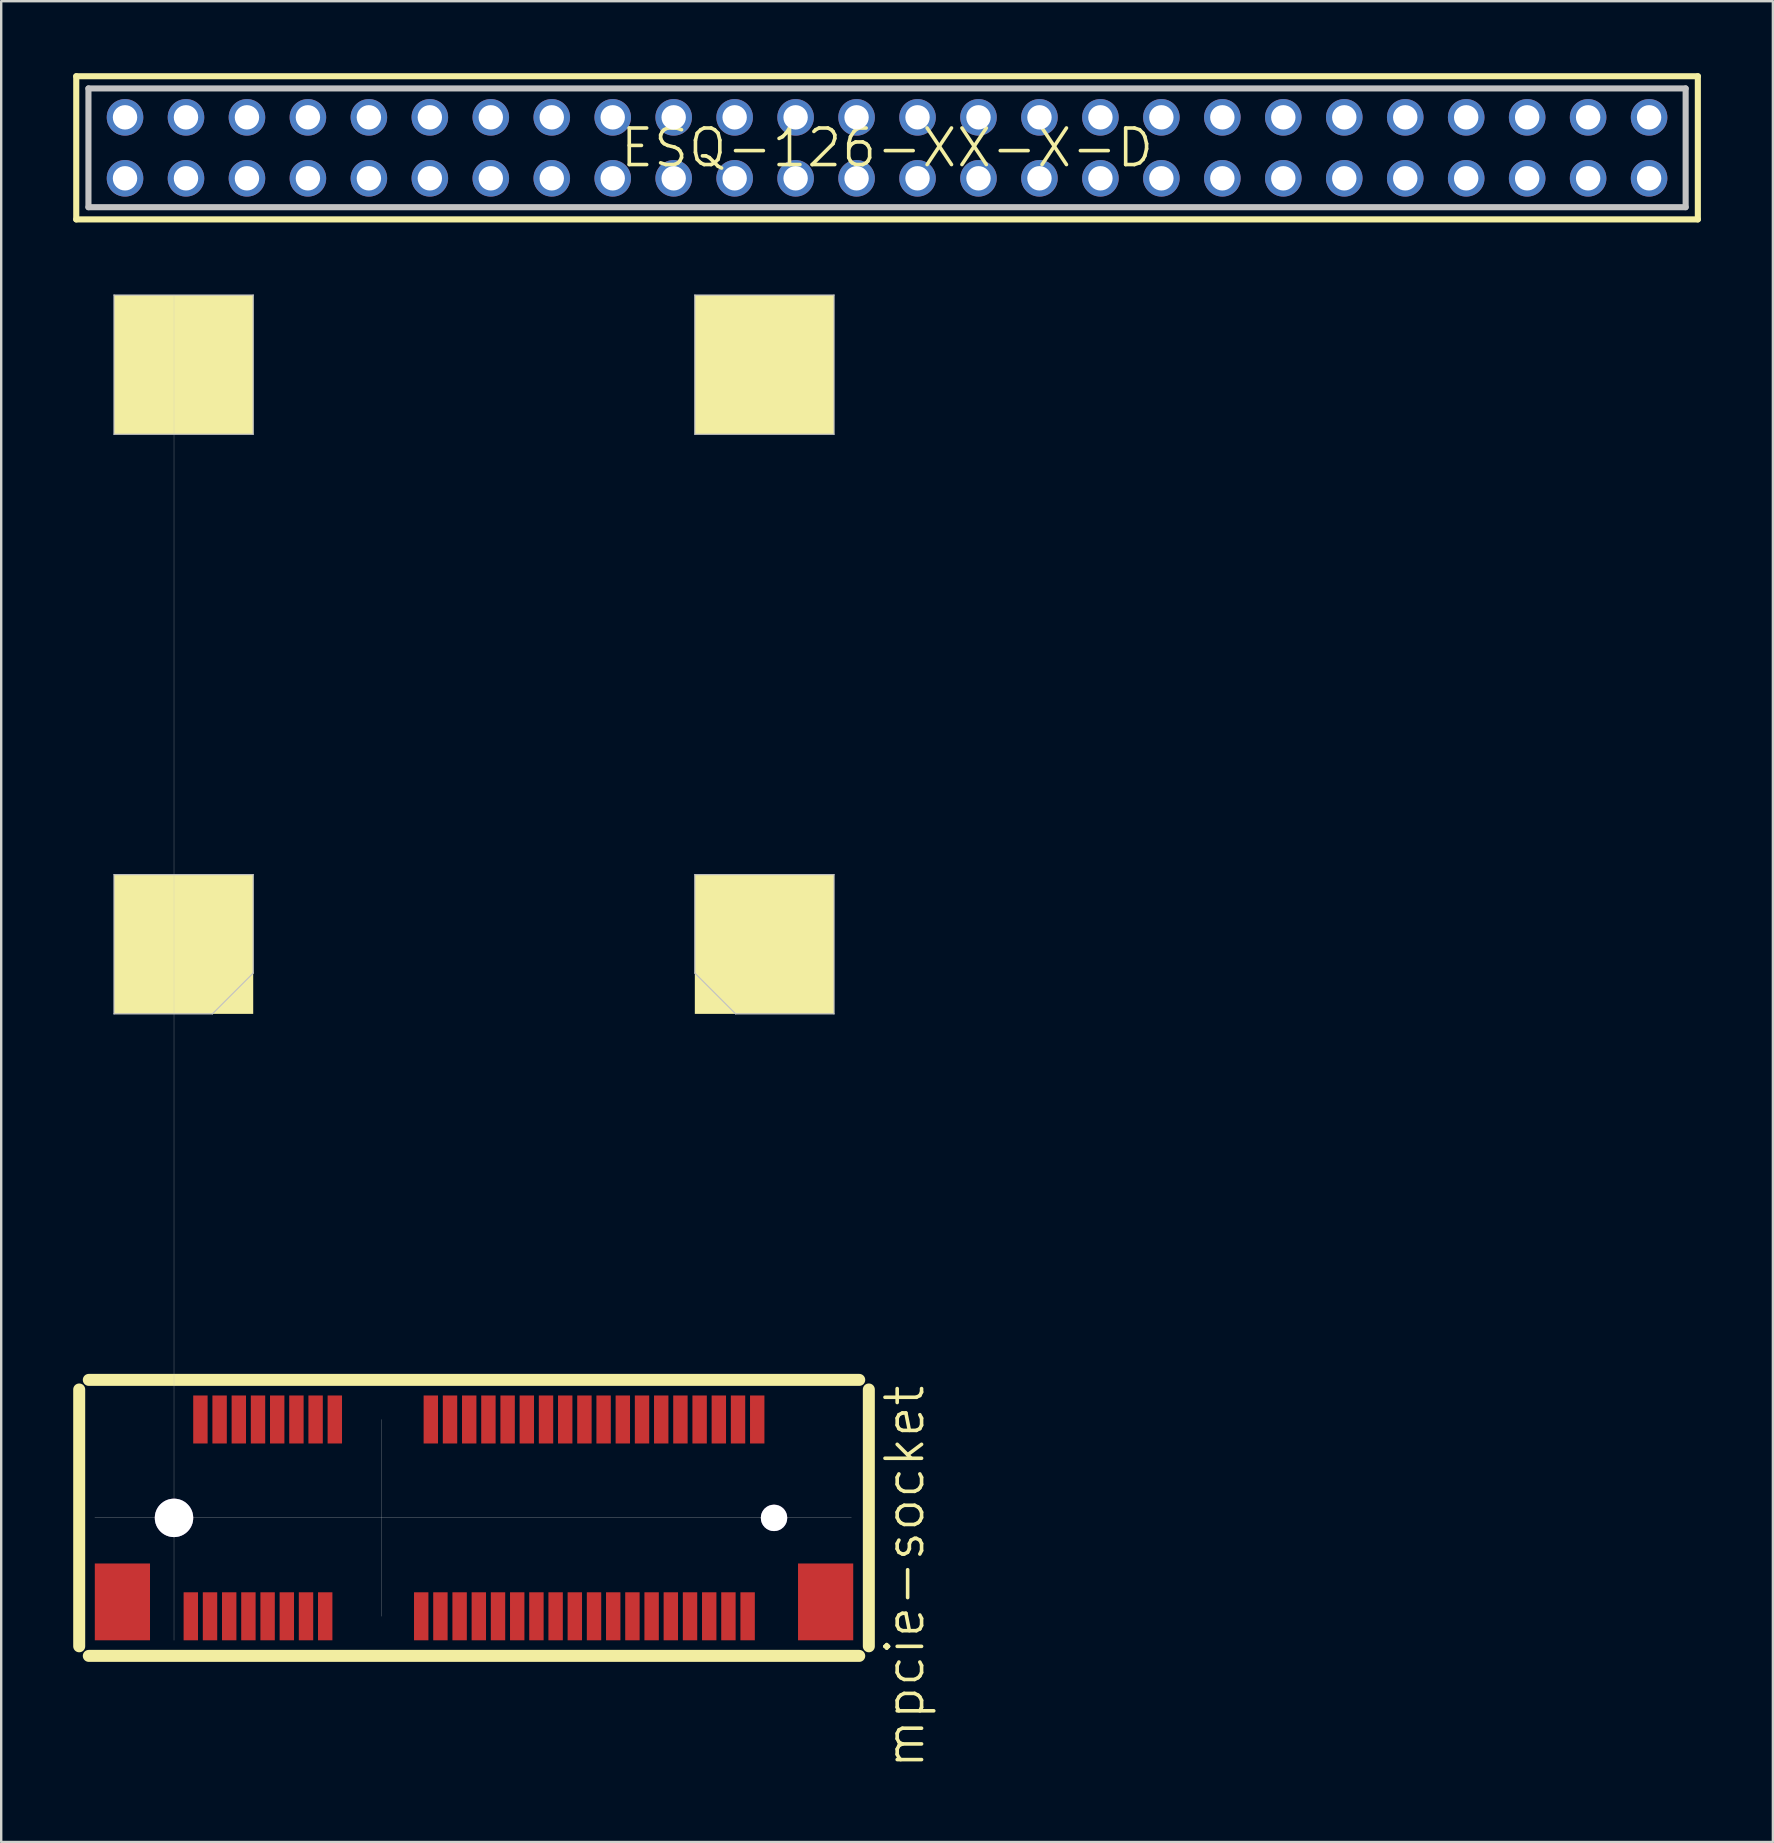
<source format=kicad_pcb>
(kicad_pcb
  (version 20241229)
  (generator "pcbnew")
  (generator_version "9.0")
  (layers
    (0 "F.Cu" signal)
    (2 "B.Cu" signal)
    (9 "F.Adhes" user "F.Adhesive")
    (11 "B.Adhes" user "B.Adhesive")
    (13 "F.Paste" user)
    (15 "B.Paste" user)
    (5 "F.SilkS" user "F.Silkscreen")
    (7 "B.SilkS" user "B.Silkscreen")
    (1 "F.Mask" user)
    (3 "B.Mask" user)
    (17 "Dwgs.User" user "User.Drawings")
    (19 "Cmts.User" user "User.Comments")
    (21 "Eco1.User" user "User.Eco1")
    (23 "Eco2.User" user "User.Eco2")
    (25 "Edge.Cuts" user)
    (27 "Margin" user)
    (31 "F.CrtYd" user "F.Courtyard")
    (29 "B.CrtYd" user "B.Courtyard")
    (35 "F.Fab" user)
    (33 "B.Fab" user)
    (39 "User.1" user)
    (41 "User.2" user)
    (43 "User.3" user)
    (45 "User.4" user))
  (footprint "mpcie-socket"
    (layer "F.Cu")
    (at 4.2 60.193)
    (property "Reference" "mpcie-socket" (at 30.45 2.45 90) (layer "F.SilkS") (effects (font (size 1.524 1.524) (thickness 0.15))))
    (attr through_hole)
    (fp_line (start -3.95 -5.35) (end -3.95 5.35) (stroke (width 0.5) (type solid)) (layer "F.SilkS"))
    (fp_line (start -3.55 5.75) (end 28.55 5.75) (stroke (width 0.5) (type solid)) (layer "F.SilkS"))
    (fp_line (start 28.55 -5.75) (end -3.55 -5.75) (stroke (width 0.5) (type solid)) (layer "F.SilkS"))
    (fp_line (start 28.95 5.35) (end 28.95 -5.35) (stroke (width 0.5) (type solid)) (layer "F.SilkS"))
    (fp_line (start -3.3 0) (end 28.225 0) (stroke (width 0.01) (type solid)) (layer "Dwgs.User"))
    (fp_line (start -2.5 -50.95) (end -2.5 -45.15) (stroke (width 0.05) (type solid)) (layer "Dwgs.User"))
    (fp_line (start -2.5 -50.95) (end 3.3 -50.95) (stroke (width 0.05) (type solid)) (layer "Dwgs.User"))
    (fp_line (start -2.5 -45.15) (end 3.3 -45.15) (stroke (width 0.05) (type solid)) (layer "Dwgs.User"))
    (fp_line (start -2.5 -26.8) (end -2.5 -21) (stroke (width 0.05) (type solid)) (layer "Dwgs.User"))
    (fp_line (start -2.5 -21) (end 1.6 -21) (stroke (width 0.05) (type solid)) (layer "Dwgs.User"))
    (fp_line (start 0 -50.95) (end 0 5.1) (stroke (width 0.01) (type solid)) (layer "Dwgs.User"))
    (fp_line (start 3.3 -50.95) (end 3.3 -45.15) (stroke (width 0.05) (type solid)) (layer "Dwgs.User"))
    (fp_line (start 3.3 -26.8) (end -2.5 -26.8) (stroke (width 0.05) (type solid)) (layer "Dwgs.User"))
    (fp_line (start 3.3 -22.7) (end 1.6 -21) (stroke (width 0.05) (type solid)) (layer "Dwgs.User"))
    (fp_line (start 3.3 -22.7) (end 3.3 -26.8) (stroke (width 0.05) (type solid)) (layer "Dwgs.User"))
    (fp_line (start 8.65 4.1) (end 8.65 -4.1) (stroke (width 0.01) (type solid)) (layer "Dwgs.User"))
    (fp_line (start 21.7 -50.95) (end 21.7 -45.15) (stroke (width 0.05) (type solid)) (layer "Dwgs.User"))
    (fp_line (start 21.7 -50.95) (end 27.5 -50.95) (stroke (width 0.05) (type solid)) (layer "Dwgs.User"))
    (fp_line (start 21.7 -45.15) (end 27.5 -45.15) (stroke (width 0.05) (type solid)) (layer "Dwgs.User"))
    (fp_line (start 21.7 -26.8) (end 27.5 -26.8) (stroke (width 0.05) (type solid)) (layer "Dwgs.User"))
    (fp_line (start 21.7 -22.7) (end 21.7 -26.8) (stroke (width 0.05) (type solid)) (layer "Dwgs.User"))
    (fp_line (start 21.7 -22.7) (end 23.4 -21) (stroke (width 0.05) (type solid)) (layer "Dwgs.User"))
    (fp_line (start 27.5 -50.95) (end 27.5 -45.15) (stroke (width 0.05) (type solid)) (layer "Dwgs.User"))
    (fp_line (start 27.5 -26.8) (end 27.5 -21) (stroke (width 0.05) (type solid)) (layer "Dwgs.User"))
    (fp_line (start 27.5 -21) (end 23.4 -21) (stroke (width 0.05) (type solid)) (layer "Dwgs.User"))
    (pad "" smd rect (at -2.15 3.5) (size 2.3 3.2) (layers "F.Cu" "F.Mask" "F.Paste"))
    (pad "" thru_hole circle (at 0 0) (size 1.6 1.6) (drill 1.6) (layers "*.Cu" "*.Mask"))
    (pad "" connect rect (at 0.4 -48.05) (size 5.8 5.8) (layers "F.SilkS"))
    (pad "" connect rect (at 0.4 -23.9) (size 5.8 5.8) (layers "F.SilkS"))
    (pad "" connect rect (at 24.6 -48.05) (size 5.8 5.8) (layers "F.SilkS"))
    (pad "" connect rect (at 24.6 -23.9) (size 5.8 5.8) (layers "F.SilkS"))
    (pad "" thru_hole circle (at 25 0) (size 1.1 1.1) (drill 1.1) (layers "*.Cu" "*.Mask"))
    (pad "" smd rect (at 27.15 3.5) (size 2.3 3.2) (layers "F.Cu" "F.Mask" "F.Paste"))
    (pad "1" smd rect (at 0.7 4.1) (size 0.6 2) (layers "F.Cu" "F.Mask" "F.Paste"))
    (pad "2" smd rect (at 1.1 -4.1) (size 0.6 2) (layers "F.Cu" "F.Mask" "F.Paste"))
    (pad "3" smd rect (at 1.5 4.1) (size 0.6 2) (layers "F.Cu" "F.Mask" "F.Paste"))
    (pad "4" smd rect (at 1.9 -4.1) (size 0.6 2) (layers "F.Cu" "F.Mask" "F.Paste"))
    (pad "5" smd rect (at 2.3 4.1) (size 0.6 2) (layers "F.Cu" "F.Mask" "F.Paste"))
    (pad "6" smd rect (at 2.7 -4.1) (size 0.6 2) (layers "F.Cu" "F.Mask" "F.Paste"))
    (pad "7" smd rect (at 3.1 4.1) (size 0.6 2) (layers "F.Cu" "F.Mask" "F.Paste"))
    (pad "8" smd rect (at 3.5 -4.1) (size 0.6 2) (layers "F.Cu" "F.Mask" "F.Paste"))
    (pad "9" smd rect (at 3.9 4.1) (size 0.6 2) (layers "F.Cu" "F.Mask" "F.Paste"))
    (pad "10" smd rect (at 4.3 -4.1) (size 0.6 2) (layers "F.Cu" "F.Mask" "F.Paste"))
    (pad "11" smd rect (at 4.7 4.1) (size 0.6 2) (layers "F.Cu" "F.Mask" "F.Paste"))
    (pad "12" smd rect (at 5.1 -4.1) (size 0.6 2) (layers "F.Cu" "F.Mask" "F.Paste"))
    (pad "13" smd rect (at 5.5 4.1) (size 0.6 2) (layers "F.Cu" "F.Mask" "F.Paste"))
    (pad "14" smd rect (at 5.9 -4.1) (size 0.6 2) (layers "F.Cu" "F.Mask" "F.Paste"))
    (pad "15" smd rect (at 6.3 4.1) (size 0.6 2) (layers "F.Cu" "F.Mask" "F.Paste"))
    (pad "16" smd rect (at 6.7 -4.1) (size 0.6 2) (layers "F.Cu" "F.Mask" "F.Paste"))
    (pad "17" smd rect (at 10.3 4.1) (size 0.6 2) (layers "F.Cu" "F.Mask" "F.Paste"))
    (pad "18" smd rect (at 10.7 -4.1) (size 0.6 2) (layers "F.Cu" "F.Mask" "F.Paste"))
    (pad "19" smd rect (at 11.1 4.1) (size 0.6 2) (layers "F.Cu" "F.Mask" "F.Paste"))
    (pad "20" smd rect (at 11.5 -4.1) (size 0.6 2) (layers "F.Cu" "F.Mask" "F.Paste"))
    (pad "21" smd rect (at 11.9 4.1) (size 0.6 2) (layers "F.Cu" "F.Mask" "F.Paste"))
    (pad "22" smd rect (at 12.3 -4.1) (size 0.6 2) (layers "F.Cu" "F.Mask" "F.Paste"))
    (pad "23" smd rect (at 12.7 4.1) (size 0.6 2) (layers "F.Cu" "F.Mask" "F.Paste"))
    (pad "24" smd rect (at 13.1 -4.1) (size 0.6 2) (layers "F.Cu" "F.Mask" "F.Paste"))
    (pad "25" smd rect (at 13.5 4.1) (size 0.6 2) (layers "F.Cu" "F.Mask" "F.Paste"))
    (pad "26" smd rect (at 13.9 -4.1) (size 0.6 2) (layers "F.Cu" "F.Mask" "F.Paste"))
    (pad "27" smd rect (at 14.3 4.1) (size 0.6 2) (layers "F.Cu" "F.Mask" "F.Paste"))
    (pad "28" smd rect (at 14.7 -4.1) (size 0.6 2) (layers "F.Cu" "F.Mask" "F.Paste"))
    (pad "29" smd rect (at 15.1 4.1) (size 0.6 2) (layers "F.Cu" "F.Mask" "F.Paste"))
    (pad "30" smd rect (at 15.5 -4.1) (size 0.6 2) (layers "F.Cu" "F.Mask" "F.Paste"))
    (pad "31" smd rect (at 15.9 4.1) (size 0.6 2) (layers "F.Cu" "F.Mask" "F.Paste"))
    (pad "32" smd rect (at 16.3 -4.1) (size 0.6 2) (layers "F.Cu" "F.Mask" "F.Paste"))
    (pad "33" smd rect (at 16.7 4.1) (size 0.6 2) (layers "F.Cu" "F.Mask" "F.Paste"))
    (pad "34" smd rect (at 17.1 -4.1) (size 0.6 2) (layers "F.Cu" "F.Mask" "F.Paste"))
    (pad "35" smd rect (at 17.5 4.1) (size 0.6 2) (layers "F.Cu" "F.Mask" "F.Paste"))
    (pad "36" smd rect (at 17.9 -4.1) (size 0.6 2) (layers "F.Cu" "F.Mask" "F.Paste"))
    (pad "37" smd rect (at 18.3 4.1) (size 0.6 2) (layers "F.Cu" "F.Mask" "F.Paste"))
    (pad "38" smd rect (at 18.7 -4.1) (size 0.6 2) (layers "F.Cu" "F.Mask" "F.Paste"))
    (pad "39" smd rect (at 19.1 4.1) (size 0.6 2) (layers "F.Cu" "F.Mask" "F.Paste"))
    (pad "40" smd rect (at 19.5 -4.1) (size 0.6 2) (layers "F.Cu" "F.Mask" "F.Paste"))
    (pad "41" smd rect (at 19.9 4.1) (size 0.6 2) (layers "F.Cu" "F.Mask" "F.Paste"))
    (pad "42" smd rect (at 20.3 -4.1) (size 0.6 2) (layers "F.Cu" "F.Mask" "F.Paste"))
    (pad "43" smd rect (at 20.7 4.1) (size 0.6 2) (layers "F.Cu" "F.Mask" "F.Paste"))
    (pad "44" smd rect (at 21.1 -4.1) (size 0.6 2) (layers "F.Cu" "F.Mask" "F.Paste"))
    (pad "45" smd rect (at 21.5 4.1) (size 0.6 2) (layers "F.Cu" "F.Mask" "F.Paste"))
    (pad "46" smd rect (at 21.9 -4.1) (size 0.6 2) (layers "F.Cu" "F.Mask" "F.Paste"))
    (pad "47" smd rect (at 22.3 4.1) (size 0.6 2) (layers "F.Cu" "F.Mask" "F.Paste"))
    (pad "48" smd rect (at 22.7 -4.1) (size 0.6 2) (layers "F.Cu" "F.Mask" "F.Paste"))
    (pad "49" smd rect (at 23.1 4.1) (size 0.6 2) (layers "F.Cu" "F.Mask" "F.Paste"))
    (pad "50" smd rect (at 23.5 -4.1) (size 0.6 2) (layers "F.Cu" "F.Mask" "F.Paste"))
    (pad "51" smd rect (at 23.9 4.1) (size 0.6 2) (layers "F.Cu" "F.Mask" "F.Paste"))
    (pad "52" smd rect (at 24.3 -4.1) (size 0.6 2) (layers "F.Cu" "F.Mask" "F.Paste")))
  (footprint "ESQ-126-XX-X-D"
    (layer "F.Cu")
    (at 33.909 3.109)
    (property "Reference" "ESQ-126-XX-X-D" (at 0 0 0) (layer "F.SilkS") (effects (font (size 1.524 1.524) (thickness 0.15))))
    (attr exclude_from_pos_files exclude_from_bom)
    (fp_line (start -33.782 -2.982) (end 33.782 -2.982) (stroke (width 0.254) (type solid)) (layer "F.SilkS"))
    (fp_line (start -33.782 2.982) (end -33.782 -2.982) (stroke (width 0.254) (type solid)) (layer "F.SilkS"))
    (fp_line (start 33.782 -2.982) (end 33.782 2.982) (stroke (width 0.254) (type solid)) (layer "F.SilkS"))
    (fp_line (start 33.782 2.982) (end -33.782 2.982) (stroke (width 0.254) (type solid)) (layer "F.SilkS"))
    (fp_line (start -33.274 -2.474) (end 33.274 -2.474) (stroke (width 0.254) (type solid)) (layer "Dwgs.User"))
    (fp_line (start -33.274 2.474) (end -33.274 -2.474) (stroke (width 0.254) (type solid)) (layer "Dwgs.User"))
    (fp_line (start 33.274 -2.474) (end 33.274 2.474) (stroke (width 0.254) (type solid)) (layer "Dwgs.User"))
    (fp_line (start 33.274 2.474) (end -33.274 2.474) (stroke (width 0.254) (type solid)) (layer "Dwgs.User"))
    (pad "1" thru_hole circle (at -31.75 1.27) (size 1.524 1.524) (drill 1.016) (layers "*.Cu" "*.Paste" "*.Mask"))
    (pad "2" thru_hole circle (at -31.75 -1.27) (size 1.524 1.524) (drill 1.016) (layers "*.Cu" "*.Paste" "*.Mask"))
    (pad "3" thru_hole circle (at -29.21 1.27) (size 1.524 1.524) (drill 1.016) (layers "*.Cu" "*.Paste" "*.Mask"))
    (pad "4" thru_hole circle (at -29.21 -1.27) (size 1.524 1.524) (drill 1.016) (layers "*.Cu" "*.Paste" "*.Mask"))
    (pad "5" thru_hole circle (at -26.67 1.27) (size 1.524 1.524) (drill 1.016) (layers "*.Cu" "*.Paste" "*.Mask"))
    (pad "6" thru_hole circle (at -26.67 -1.27) (size 1.524 1.524) (drill 1.016) (layers "*.Cu" "*.Paste" "*.Mask"))
    (pad "7" thru_hole circle (at -24.13 1.27) (size 1.524 1.524) (drill 1.016) (layers "*.Cu" "*.Paste" "*.Mask"))
    (pad "8" thru_hole circle (at -24.13 -1.27) (size 1.524 1.524) (drill 1.016) (layers "*.Cu" "*.Paste" "*.Mask"))
    (pad "9" thru_hole circle (at -21.59 1.27) (size 1.524 1.524) (drill 1.016) (layers "*.Cu" "*.Paste" "*.Mask"))
    (pad "10" thru_hole circle (at -21.59 -1.27) (size 1.524 1.524) (drill 1.016) (layers "*.Cu" "*.Paste" "*.Mask"))
    (pad "11" thru_hole circle (at -19.05 1.27) (size 1.524 1.524) (drill 1.016) (layers "*.Cu" "*.Paste" "*.Mask"))
    (pad "12" thru_hole circle (at -19.05 -1.27) (size 1.524 1.524) (drill 1.016) (layers "*.Cu" "*.Paste" "*.Mask"))
    (pad "13" thru_hole circle (at -16.51 1.27) (size 1.524 1.524) (drill 1.016) (layers "*.Cu" "*.Paste" "*.Mask"))
    (pad "14" thru_hole circle (at -16.51 -1.27) (size 1.524 1.524) (drill 1.016) (layers "*.Cu" "*.Paste" "*.Mask"))
    (pad "15" thru_hole circle (at -13.97 1.27) (size 1.524 1.524) (drill 1.016) (layers "*.Cu" "*.Paste" "*.Mask"))
    (pad "16" thru_hole circle (at -13.97 -1.27) (size 1.524 1.524) (drill 1.016) (layers "*.Cu" "*.Paste" "*.Mask"))
    (pad "17" thru_hole circle (at -11.43 1.27) (size 1.524 1.524) (drill 1.016) (layers "*.Cu" "*.Paste" "*.Mask"))
    (pad "18" thru_hole circle (at -11.43 -1.27) (size 1.524 1.524) (drill 1.016) (layers "*.Cu" "*.Paste" "*.Mask"))
    (pad "19" thru_hole circle (at -8.89 1.27) (size 1.524 1.524) (drill 1.016) (layers "*.Cu" "*.Paste" "*.Mask"))
    (pad "20" thru_hole circle (at -8.89 -1.27) (size 1.524 1.524) (drill 1.016) (layers "*.Cu" "*.Paste" "*.Mask"))
    (pad "21" thru_hole circle (at -6.35 1.27) (size 1.524 1.524) (drill 1.016) (layers "*.Cu" "*.Paste" "*.Mask"))
    (pad "22" thru_hole circle (at -6.35 -1.27) (size 1.524 1.524) (drill 1.016) (layers "*.Cu" "*.Paste" "*.Mask"))
    (pad "23" thru_hole circle (at -3.81 1.27) (size 1.524 1.524) (drill 1.016) (layers "*.Cu" "*.Paste" "*.Mask"))
    (pad "24" thru_hole circle (at -3.81 -1.27) (size 1.524 1.524) (drill 1.016) (layers "*.Cu" "*.Paste" "*.Mask"))
    (pad "25" thru_hole circle (at -1.27 1.27) (size 1.524 1.524) (drill 1.016) (layers "*.Cu" "*.Paste" "*.Mask"))
    (pad "26" thru_hole circle (at -1.27 -1.27) (size 1.524 1.524) (drill 1.016) (layers "*.Cu" "*.Paste" "*.Mask"))
    (pad "27" thru_hole circle (at 1.27 1.27) (size 1.524 1.524) (drill 1.016) (layers "*.Cu" "*.Paste" "*.Mask"))
    (pad "28" thru_hole circle (at 1.27 -1.27) (size 1.524 1.524) (drill 1.016) (layers "*.Cu" "*.Paste" "*.Mask"))
    (pad "29" thru_hole circle (at 3.81 1.27) (size 1.524 1.524) (drill 1.016) (layers "*.Cu" "*.Paste" "*.Mask"))
    (pad "30" thru_hole circle (at 3.81 -1.27) (size 1.524 1.524) (drill 1.016) (layers "*.Cu" "*.Paste" "*.Mask"))
    (pad "31" thru_hole circle (at 6.35 1.27) (size 1.524 1.524) (drill 1.016) (layers "*.Cu" "*.Paste" "*.Mask"))
    (pad "32" thru_hole circle (at 6.35 -1.27) (size 1.524 1.524) (drill 1.016) (layers "*.Cu" "*.Paste" "*.Mask"))
    (pad "33" thru_hole circle (at 8.89 1.27) (size 1.524 1.524) (drill 1.016) (layers "*.Cu" "*.Paste" "*.Mask"))
    (pad "34" thru_hole circle (at 8.89 -1.27) (size 1.524 1.524) (drill 1.016) (layers "*.Cu" "*.Paste" "*.Mask"))
    (pad "35" thru_hole circle (at 11.43 1.27) (size 1.524 1.524) (drill 1.016) (layers "*.Cu" "*.Paste" "*.Mask"))
    (pad "36" thru_hole circle (at 11.43 -1.27) (size 1.524 1.524) (drill 1.016) (layers "*.Cu" "*.Paste" "*.Mask"))
    (pad "37" thru_hole circle (at 13.97 1.27) (size 1.524 1.524) (drill 1.016) (layers "*.Cu" "*.Paste" "*.Mask"))
    (pad "38" thru_hole circle (at 13.97 -1.27) (size 1.524 1.524) (drill 1.016) (layers "*.Cu" "*.Paste" "*.Mask"))
    (pad "39" thru_hole circle (at 16.51 1.27) (size 1.524 1.524) (drill 1.016) (layers "*.Cu" "*.Paste" "*.Mask"))
    (pad "40" thru_hole circle (at 16.51 -1.27) (size 1.524 1.524) (drill 1.016) (layers "*.Cu" "*.Paste" "*.Mask"))
    (pad "41" thru_hole circle (at 19.05 1.27) (size 1.524 1.524) (drill 1.016) (layers "*.Cu" "*.Paste" "*.Mask"))
    (pad "42" thru_hole circle (at 19.05 -1.27) (size 1.524 1.524) (drill 1.016) (layers "*.Cu" "*.Paste" "*.Mask"))
    (pad "43" thru_hole circle (at 21.59 1.27) (size 1.524 1.524) (drill 1.016) (layers "*.Cu" "*.Paste" "*.Mask"))
    (pad "44" thru_hole circle (at 21.59 -1.27) (size 1.524 1.524) (drill 1.016) (layers "*.Cu" "*.Paste" "*.Mask"))
    (pad "45" thru_hole circle (at 24.13 1.27) (size 1.524 1.524) (drill 1.016) (layers "*.Cu" "*.Paste" "*.Mask"))
    (pad "46" thru_hole circle (at 24.13 -1.27) (size 1.524 1.524) (drill 1.016) (layers "*.Cu" "*.Paste" "*.Mask"))
    (pad "47" thru_hole circle (at 26.67 1.27) (size 1.524 1.524) (drill 1.016) (layers "*.Cu" "*.Paste" "*.Mask"))
    (pad "48" thru_hole circle (at 26.67 -1.27) (size 1.524 1.524) (drill 1.016) (layers "*.Cu" "*.Paste" "*.Mask"))
    (pad "49" thru_hole circle (at 29.21 1.27) (size 1.524 1.524) (drill 1.016) (layers "*.Cu" "*.Paste" "*.Mask"))
    (pad "50" thru_hole circle (at 29.21 -1.27) (size 1.524 1.524) (drill 1.016) (layers "*.Cu" "*.Paste" "*.Mask"))
    (pad "51" thru_hole circle (at 31.75 1.27) (size 1.524 1.524) (drill 1.016) (layers "*.Cu" "*.Paste" "*.Mask"))
    (pad "52" thru_hole circle (at 31.75 -1.27) (size 1.524 1.524) (drill 1.016) (layers "*.Cu" "*.Paste" "*.Mask")))
  (gr_rect
    (start -3 -3)
    (end 70.818 73.698)
    (stroke (width 0.1) (type default))
    (fill no)
    (layer "Edge.Cuts")))
</source>
